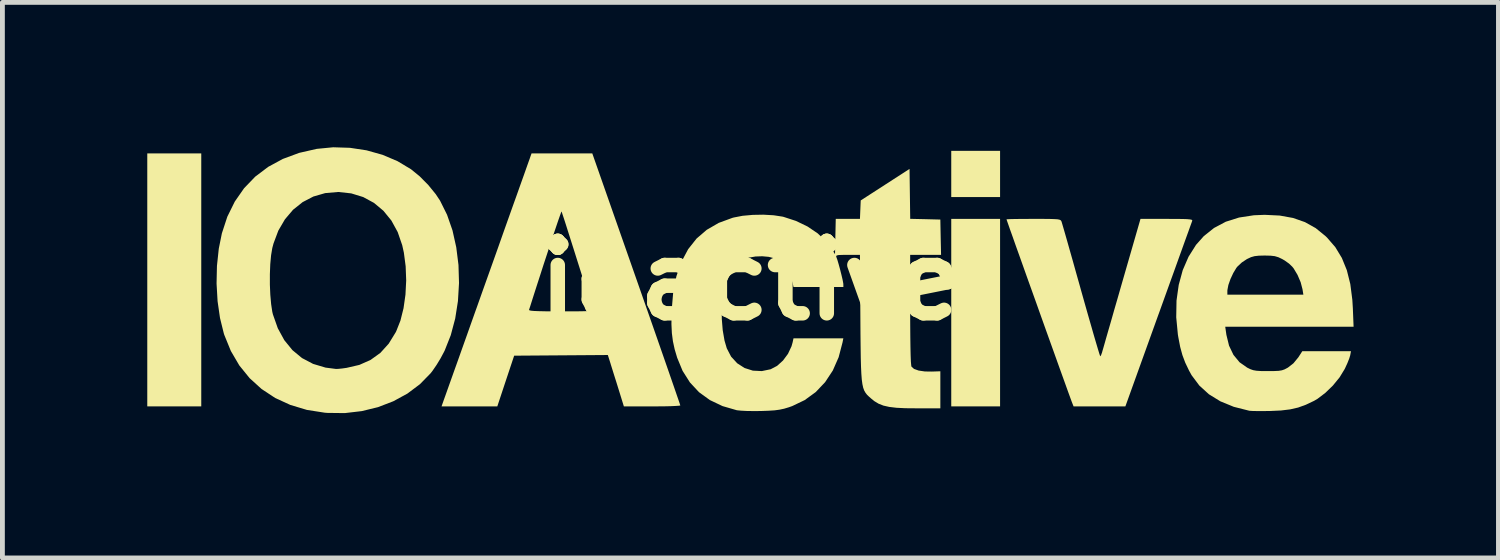
<source format=kicad_pcb>
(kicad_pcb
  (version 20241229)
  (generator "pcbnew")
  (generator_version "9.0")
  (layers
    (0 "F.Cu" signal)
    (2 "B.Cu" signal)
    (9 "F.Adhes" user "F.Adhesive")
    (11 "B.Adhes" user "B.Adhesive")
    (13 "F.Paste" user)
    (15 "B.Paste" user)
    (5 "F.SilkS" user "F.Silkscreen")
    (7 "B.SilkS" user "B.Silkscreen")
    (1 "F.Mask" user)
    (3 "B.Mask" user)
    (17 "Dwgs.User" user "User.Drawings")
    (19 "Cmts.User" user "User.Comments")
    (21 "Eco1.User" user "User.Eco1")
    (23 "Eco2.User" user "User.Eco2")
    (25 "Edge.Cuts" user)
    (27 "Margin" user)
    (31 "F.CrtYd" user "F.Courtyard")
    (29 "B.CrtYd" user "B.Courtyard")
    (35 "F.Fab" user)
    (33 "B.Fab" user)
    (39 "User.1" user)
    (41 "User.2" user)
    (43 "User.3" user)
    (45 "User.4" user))
  (footprint "ioactive"
    (layer "F.Cu")
    (at 12.501 2.76)
    (property "Reference" "ioactive" (at 0 0 0) (layer "F.SilkS") (effects (font (size 1.5 1.5) (thickness 0.3))))
    (attr board_only exclude_from_pos_files exclude_from_bom)
    (fp_poly (pts (xy -11.383 -0.013) (xy -11.383 2.606) (xy -11.942 2.606) (xy -12.501 2.606) (xy -12.501 -0.013) (xy -12.501 -2.633) (xy -11.942 -2.633) (xy -11.383 -2.633)) (stroke (width 0) (type solid)) (fill yes) (layer "F.SilkS"))
    (fp_poly (pts (xy 5.16 -2.208) (xy 5.16 -1.729) (xy 4.654 -1.729) (xy 4.149 -1.729) (xy 4.149 -2.208) (xy 4.149 -2.686) (xy 4.654 -2.686) (xy 5.16 -2.686)) (stroke (width 0) (type solid)) (fill yes) (layer "F.SilkS"))
    (fp_poly (pts (xy 5.16 0.665) (xy 5.16 2.606) (xy 4.654 2.606) (xy 4.149 2.606) (xy 4.149 0.665) (xy 4.149 -1.277) (xy 4.654 -1.277) (xy 5.16 -1.277)) (stroke (width 0) (type solid)) (fill yes) (layer "F.SilkS"))
    (fp_poly (pts (xy 8.796 -1.276) (xy 8.933 -1.275) (xy 9.03 -1.272) (xy 9.092 -1.266) (xy 9.127 -1.259) (xy 9.14 -1.248) (xy 9.139 -1.236) (xy 9.128 -1.205) (xy 9.1 -1.128) (xy 9.057 -1.008) (xy 9 -0.851) (xy 8.931 -0.659) (xy 8.851 -0.437) (xy 8.762 -0.189) (xy 8.664 0.082) (xy 8.56 0.371) (xy 8.451 0.674) (xy 8.439 0.706) (xy 7.755 2.606) (xy 7.219 2.606) (xy 6.682 2.606) (xy 6.653 2.533) (xy 6.639 2.496) (xy 6.609 2.414) (xy 6.565 2.293) (xy 6.509 2.137) (xy 6.442 1.951) (xy 6.366 1.74) (xy 6.283 1.508) (xy 6.194 1.26) (xy 6.101 1.001) (xy 6.006 0.735) (xy 5.911 0.468) (xy 5.816 0.203) (xy 5.724 -0.053) (xy 5.637 -0.298) (xy 5.556 -0.525) (xy 5.482 -0.731) (xy 5.419 -0.91) (xy 5.366 -1.058) (xy 5.327 -1.17) (xy 5.302 -1.241) (xy 5.293 -1.267) (xy 5.293 -1.267) (xy 5.318 -1.27) (xy 5.389 -1.273) (xy 5.497 -1.275) (xy 5.635 -1.276) (xy 5.796 -1.277) (xy 5.852 -1.277) (xy 6.038 -1.277) (xy 6.177 -1.276) (xy 6.278 -1.273) (xy 6.346 -1.269) (xy 6.389 -1.261) (xy 6.413 -1.25) (xy 6.426 -1.235) (xy 6.434 -1.217) (xy 6.445 -1.18) (xy 6.469 -1.098) (xy 6.505 -0.974) (xy 6.551 -0.813) (xy 6.605 -0.622) (xy 6.667 -0.404) (xy 6.734 -0.164) (xy 6.806 0.091) (xy 6.838 0.206) (xy 6.911 0.465) (xy 6.98 0.708) (xy 7.044 0.93) (xy 7.1 1.126) (xy 7.149 1.293) (xy 7.188 1.424) (xy 7.216 1.516) (xy 7.232 1.564) (xy 7.235 1.569) (xy 7.251 1.546) (xy 7.272 1.489) (xy 7.277 1.469) (xy 7.29 1.425) (xy 7.316 1.335) (xy 7.353 1.204) (xy 7.401 1.037) (xy 7.458 0.841) (xy 7.521 0.619) (xy 7.591 0.378) (xy 7.664 0.123) (xy 7.686 0.047) (xy 8.068 -1.277) (xy 8.611 -1.277)) (stroke (width 0) (type solid)) (fill yes) (layer "F.SilkS"))
    (fp_poly (pts (xy -8.304 -2.749) (xy -7.961 -2.697) (xy -7.629 -2.604) (xy -7.32 -2.473) (xy -7.043 -2.307) (xy -7.038 -2.304) (xy -6.858 -2.157) (xy -6.682 -1.979) (xy -6.527 -1.789) (xy -6.438 -1.655) (xy -6.293 -1.363) (xy -6.18 -1.038) (xy -6.102 -0.688) (xy -6.056 -0.322) (xy -6.045 0.052) (xy -6.067 0.424) (xy -6.124 0.787) (xy -6.216 1.132) (xy -6.342 1.45) (xy -6.355 1.476) (xy -6.426 1.609) (xy -6.509 1.746) (xy -6.592 1.867) (xy -6.632 1.919) (xy -6.854 2.146) (xy -7.114 2.341) (xy -7.406 2.5) (xy -7.723 2.622) (xy -8.06 2.704) (xy -8.41 2.745) (xy -8.768 2.741) (xy -8.824 2.737) (xy -9.195 2.679) (xy -9.538 2.576) (xy -9.852 2.432) (xy -10.134 2.246) (xy -10.382 2.021) (xy -10.595 1.758) (xy -10.77 1.459) (xy -10.906 1.126) (xy -10.917 1.091) (xy -10.995 0.775) (xy -11.045 0.428) (xy -11.066 0.063) (xy -11.062 -0.131) (xy -9.962 -0.131) (xy -9.962 0.085) (xy -9.953 0.296) (xy -9.936 0.488) (xy -9.912 0.647) (xy -9.899 0.701) (xy -9.798 0.988) (xy -9.663 1.235) (xy -9.495 1.441) (xy -9.297 1.605) (xy -9.067 1.726) (xy -8.809 1.803) (xy -8.591 1.831) (xy -8.545 1.829) (xy -8.465 1.821) (xy -8.373 1.808) (xy -8.109 1.747) (xy -7.877 1.644) (xy -7.674 1.498) (xy -7.501 1.307) (xy -7.356 1.071) (xy -7.345 1.049) (xy -7.258 0.829) (xy -7.194 0.573) (xy -7.154 0.292) (xy -7.139 -0.001) (xy -7.15 -0.295) (xy -7.187 -0.577) (xy -7.221 -0.731) (xy -7.315 -1.004) (xy -7.446 -1.243) (xy -7.611 -1.445) (xy -7.806 -1.608) (xy -8.029 -1.729) (xy -8.276 -1.805) (xy -8.543 -1.834) (xy -8.552 -1.834) (xy -8.816 -1.811) (xy -9.061 -1.74) (xy -9.284 -1.624) (xy -9.482 -1.466) (xy -9.65 -1.268) (xy -9.787 -1.034) (xy -9.887 -0.767) (xy -9.912 -0.673) (xy -9.937 -0.523) (xy -9.954 -0.338) (xy -9.962 -0.131) (xy -11.062 -0.131) (xy -11.058 -0.304) (xy -11.02 -0.661) (xy -10.956 -0.978) (xy -10.843 -1.323) (xy -10.689 -1.635) (xy -10.496 -1.912) (xy -10.265 -2.152) (xy -9.996 -2.355) (xy -9.693 -2.519) (xy -9.355 -2.644) (xy -8.991 -2.727) (xy -8.651 -2.76)) (stroke (width 0) (type solid)) (fill yes) (layer "F.SilkS"))
    (fp_poly (pts (xy -3.914 -2.633) (xy -3.285 -2.633) (xy -2.373 -0.033) (xy -2.248 0.324) (xy -2.128 0.667) (xy -2.014 0.993) (xy -1.908 1.297) (xy -1.81 1.578) (xy -1.722 1.831) (xy -1.645 2.053) (xy -1.58 2.241) (xy -1.528 2.392) (xy -1.49 2.502) (xy -1.468 2.568) (xy -1.462 2.587) (xy -1.488 2.592) (xy -1.559 2.597) (xy -1.668 2.602) (xy -1.807 2.605) (xy -1.97 2.606) (xy -2.047 2.606) (xy -2.631 2.606) (xy -2.74 2.254) (xy -2.786 2.106) (xy -2.833 1.958) (xy -2.874 1.826) (xy -2.905 1.727) (xy -2.906 1.722) (xy -2.963 1.542) (xy -3.933 1.549) (xy -4.903 1.556) (xy -5.078 2.081) (xy -5.252 2.606) (xy -5.83 2.606) (xy -6.407 2.606) (xy -6.372 2.507) (xy -6.358 2.467) (xy -6.327 2.381) (xy -6.282 2.254) (xy -6.223 2.089) (xy -6.153 1.892) (xy -6.072 1.666) (xy -5.983 1.415) (xy -5.886 1.143) (xy -5.784 0.855) (xy -5.695 0.605) (xy -4.595 0.605) (xy -4.588 0.616) (xy -4.555 0.624) (xy -4.491 0.63) (xy -4.391 0.634) (xy -4.25 0.637) (xy -4.064 0.638) (xy -3.937 0.638) (xy -3.731 0.638) (xy -3.573 0.637) (xy -3.455 0.635) (xy -3.374 0.632) (xy -3.321 0.626) (xy -3.292 0.618) (xy -3.281 0.607) (xy -3.282 0.593) (xy -3.282 0.592) (xy -3.318 0.476) (xy -3.363 0.33) (xy -3.416 0.16) (xy -3.474 -0.027) (xy -3.536 -0.224) (xy -3.6 -0.426) (xy -3.663 -0.626) (xy -3.724 -0.818) (xy -3.78 -0.994) (xy -3.829 -1.149) (xy -3.87 -1.276) (xy -3.901 -1.369) (xy -3.918 -1.421) (xy -3.922 -1.431) (xy -3.932 -1.408) (xy -3.956 -1.342) (xy -3.993 -1.236) (xy -4.04 -1.097) (xy -4.096 -0.931) (xy -4.158 -0.744) (xy -4.224 -0.542) (xy -4.294 -0.33) (xy -4.363 -0.115) (xy -4.432 0.098) (xy -4.498 0.303) (xy -4.541 0.439) (xy -4.567 0.521) (xy -4.588 0.585) (xy -4.595 0.605) (xy -5.695 0.605) (xy -5.677 0.556) (xy -5.568 0.248) (xy -5.457 -0.063) (xy -5.346 -0.374) (xy -5.237 -0.68) (xy -5.132 -0.978) (xy -5.031 -1.262) (xy -4.936 -1.529) (xy -4.848 -1.774) (xy -4.77 -1.994) (xy -4.702 -2.184) (xy -4.647 -2.34) (xy -4.605 -2.458) (xy -4.578 -2.533) (xy -4.569 -2.56) (xy -4.543 -2.633)) (stroke (width 0) (type solid)) (fill yes) (layer "F.SilkS"))
    (fp_poly (pts (xy 10.951 -1.346) (xy 11.228 -1.296) (xy 11.474 -1.21) (xy 11.696 -1.086) (xy 11.9 -0.92) (xy 11.933 -0.888) (xy 12.103 -0.691) (xy 12.238 -0.468) (xy 12.341 -0.215) (xy 12.413 0.072) (xy 12.455 0.398) (xy 12.466 0.578) (xy 12.481 0.957) (xy 11.152 0.957) (xy 9.823 0.957) (xy 9.847 1.124) (xy 9.902 1.349) (xy 9.993 1.539) (xy 10.119 1.692) (xy 10.277 1.803) (xy 10.342 1.835) (xy 10.402 1.856) (xy 10.471 1.868) (xy 10.564 1.874) (xy 10.693 1.875) (xy 10.705 1.875) (xy 10.837 1.874) (xy 10.929 1.87) (xy 10.996 1.859) (xy 11.051 1.84) (xy 11.108 1.81) (xy 11.122 1.802) (xy 11.236 1.713) (xy 11.332 1.596) (xy 11.333 1.596) (xy 11.419 1.463) (xy 11.923 1.463) (xy 12.427 1.463) (xy 12.411 1.549) (xy 12.391 1.614) (xy 12.354 1.708) (xy 12.306 1.813) (xy 12.295 1.835) (xy 12.191 2.005) (xy 12.053 2.174) (xy 11.895 2.327) (xy 11.733 2.45) (xy 11.663 2.491) (xy 11.493 2.572) (xy 11.333 2.63) (xy 11.167 2.668) (xy 10.978 2.691) (xy 10.758 2.701) (xy 10.617 2.703) (xy 10.491 2.703) (xy 10.39 2.701) (xy 10.328 2.697) (xy 10.32 2.696) (xy 10 2.615) (xy 9.722 2.501) (xy 9.485 2.355) (xy 9.287 2.175) (xy 9.126 1.96) (xy 9.074 1.866) (xy 8.995 1.701) (xy 8.936 1.544) (xy 8.89 1.375) (xy 8.852 1.177) (xy 8.842 1.117) (xy 8.808 0.761) (xy 8.814 0.416) (xy 8.831 0.293) (xy 9.867 0.293) (xy 10.654 0.293) (xy 11.441 0.293) (xy 11.423 0.18) (xy 11.385 0.035) (xy 11.32 -0.117) (xy 11.24 -0.251) (xy 11.211 -0.287) (xy 11.144 -0.351) (xy 11.053 -0.416) (xy 11.001 -0.446) (xy 10.923 -0.483) (xy 10.849 -0.505) (xy 10.761 -0.515) (xy 10.64 -0.518) (xy 10.639 -0.518) (xy 10.518 -0.515) (xy 10.43 -0.505) (xy 10.356 -0.484) (xy 10.277 -0.447) (xy 10.273 -0.445) (xy 10.167 -0.375) (xy 10.076 -0.29) (xy 10.054 -0.263) (xy 9.989 -0.155) (xy 9.931 -0.031) (xy 9.888 0.092) (xy 9.868 0.196) (xy 9.867 0.214) (xy 9.867 0.293) (xy 8.831 0.293) (xy 8.86 0.089) (xy 8.943 -0.216) (xy 9.063 -0.493) (xy 9.218 -0.739) (xy 9.379 -0.92) (xy 9.591 -1.089) (xy 9.834 -1.218) (xy 10.109 -1.305) (xy 10.416 -1.352) (xy 10.639 -1.361)) (stroke (width 0) (type solid)) (fill yes) (layer "F.SilkS"))
    (fp_poly (pts (xy 3.292 -1.795) (xy 3.299 -1.278) (xy 3.611 -1.271) (xy 3.923 -1.263) (xy 3.93 -0.898) (xy 3.938 -0.532) (xy 3.618 -0.532) (xy 3.298 -0.532) (xy 3.298 0.6) (xy 3.299 0.9) (xy 3.301 1.161) (xy 3.304 1.379) (xy 3.308 1.553) (xy 3.313 1.68) (xy 3.32 1.758) (xy 3.325 1.783) (xy 3.378 1.83) (xy 3.473 1.864) (xy 3.603 1.883) (xy 3.746 1.885) (xy 3.923 1.879) (xy 3.923 2.263) (xy 3.923 2.646) (xy 3.431 2.646) (xy 3.2 2.644) (xy 3.015 2.635) (xy 2.865 2.617) (xy 2.745 2.59) (xy 2.645 2.551) (xy 2.557 2.498) (xy 2.488 2.442) (xy 2.443 2.402) (xy 2.404 2.364) (xy 2.373 2.324) (xy 2.346 2.277) (xy 2.325 2.219) (xy 2.309 2.145) (xy 2.296 2.05) (xy 2.287 1.93) (xy 2.28 1.78) (xy 2.275 1.595) (xy 2.272 1.371) (xy 2.269 1.103) (xy 2.267 0.787) (xy 2.267 0.778) (xy 2.258 -0.532) (xy 2.004 -0.532) (xy 1.886 -0.531) (xy 1.813 -0.528) (xy 1.776 -0.519) (xy 1.765 -0.505) (xy 1.77 -0.485) (xy 1.791 -0.427) (xy 1.818 -0.335) (xy 1.848 -0.225) (xy 1.876 -0.113) (xy 1.899 -0.015) (xy 1.912 0.055) (xy 1.914 0.073) (xy 1.915 0.133) (xy 1.398 0.133) (xy 0.882 0.133) (xy 0.863 0.047) (xy 0.805 -0.121) (xy 0.713 -0.271) (xy 0.595 -0.391) (xy 0.473 -0.464) (xy 0.368 -0.491) (xy 0.234 -0.503) (xy 0.095 -0.498) (xy -0.028 -0.477) (xy -0.058 -0.468) (xy -0.213 -0.385) (xy -0.349 -0.257) (xy -0.459 -0.089) (xy -0.54 0.112) (xy -0.549 0.142) (xy -0.586 0.336) (xy -0.604 0.559) (xy -0.603 0.795) (xy -0.584 1.028) (xy -0.547 1.242) (xy -0.5 1.403) (xy -0.41 1.576) (xy -0.284 1.713) (xy -0.132 1.811) (xy 0.041 1.866) (xy 0.226 1.875) (xy 0.409 1.837) (xy 0.542 1.767) (xy 0.665 1.656) (xy 0.768 1.517) (xy 0.841 1.361) (xy 0.863 1.283) (xy 0.882 1.197) (xy 1.398 1.197) (xy 1.914 1.197) (xy 1.897 1.283) (xy 1.817 1.588) (xy 1.696 1.863) (xy 1.537 2.104) (xy 1.343 2.309) (xy 1.115 2.475) (xy 0.857 2.599) (xy 0.787 2.624) (xy 0.687 2.654) (xy 0.593 2.674) (xy 0.491 2.688) (xy 0.366 2.696) (xy 0.204 2.702) (xy 0.199 2.702) (xy 0.053 2.703) (xy -0.086 2.701) (xy -0.201 2.695) (xy -0.281 2.687) (xy -0.291 2.686) (xy -0.588 2.6) (xy -0.85 2.475) (xy -1.075 2.312) (xy -1.263 2.11) (xy -1.415 1.87) (xy -1.527 1.599) (xy -1.579 1.424) (xy -1.615 1.259) (xy -1.637 1.089) (xy -1.646 0.901) (xy -1.643 0.678) (xy -1.642 0.628) (xy -1.61 0.25) (xy -1.543 -0.089) (xy -1.439 -0.388) (xy -1.3 -0.649) (xy -1.125 -0.87) (xy -0.914 -1.051) (xy -0.667 -1.194) (xy -0.384 -1.298) (xy -0.354 -1.306) (xy -0.173 -1.341) (xy 0.038 -1.36) (xy 0.258 -1.364) (xy 0.47 -1.352) (xy 0.654 -1.324) (xy 0.678 -1.318) (xy 0.935 -1.234) (xy 1.173 -1.119) (xy 1.383 -0.977) (xy 1.555 -0.814) (xy 1.652 -0.686) (xy 1.742 -0.546) (xy 1.749 -0.911) (xy 1.757 -1.277) (xy 2.008 -1.277) (xy 2.258 -1.277) (xy 2.266 -1.468) (xy 2.274 -1.659) (xy 2.779 -1.985) (xy 3.285 -2.312)) (stroke (width 0) (type solid)) (fill yes) (layer "F.SilkS")))
  (gr_rect
    (start -3 -3)
    (end 27.982 8.505)
    (stroke (width 0.1) (type default))
    (fill no)
    (layer "Edge.Cuts")))
</source>
